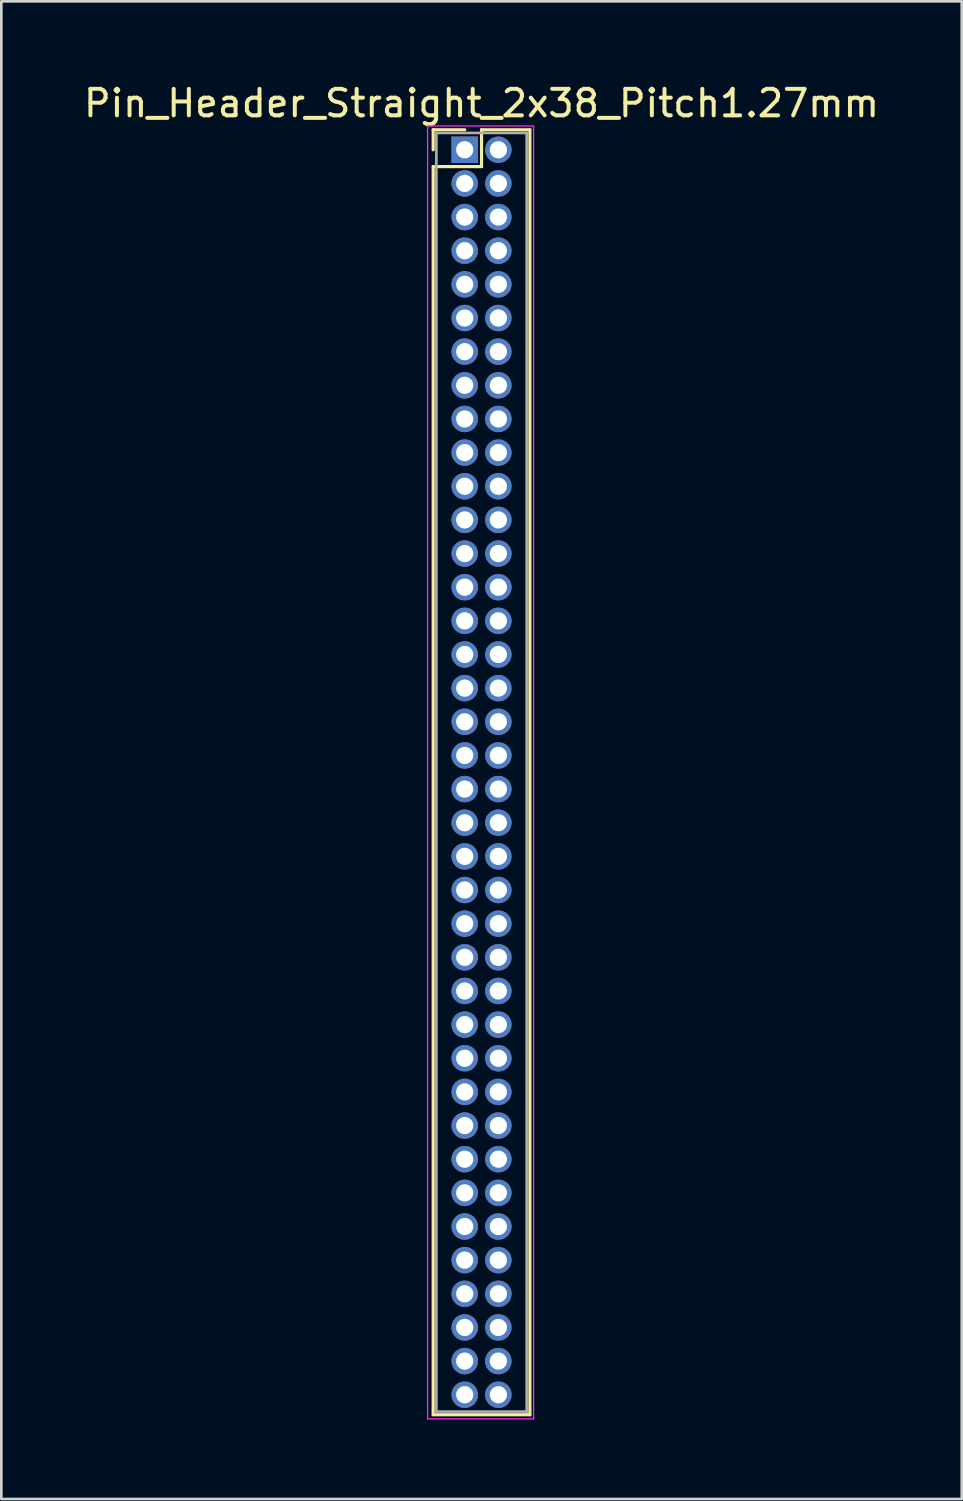
<source format=kicad_pcb>
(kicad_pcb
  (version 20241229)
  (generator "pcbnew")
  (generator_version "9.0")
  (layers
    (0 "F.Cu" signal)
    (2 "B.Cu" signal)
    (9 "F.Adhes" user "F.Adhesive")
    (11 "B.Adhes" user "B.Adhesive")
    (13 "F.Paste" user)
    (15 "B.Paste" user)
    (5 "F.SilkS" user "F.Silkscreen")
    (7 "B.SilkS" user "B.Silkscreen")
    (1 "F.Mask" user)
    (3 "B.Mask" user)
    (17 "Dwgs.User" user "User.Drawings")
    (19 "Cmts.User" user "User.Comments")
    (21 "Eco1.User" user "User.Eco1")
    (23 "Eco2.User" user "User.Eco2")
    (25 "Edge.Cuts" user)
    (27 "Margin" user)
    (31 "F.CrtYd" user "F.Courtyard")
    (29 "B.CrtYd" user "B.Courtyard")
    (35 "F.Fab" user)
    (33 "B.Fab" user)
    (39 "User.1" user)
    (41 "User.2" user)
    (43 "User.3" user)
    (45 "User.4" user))
  (footprint "Pin_Header_Straight_2x38_Pitch1.27mm"
    (layer "F.Cu")
    (at 14.49 2.603)
    (property "Reference" "Pin_Header_Straight_2x38_Pitch1.27mm" (at 0.635 -1.755 0) (layer "F.SilkS") (effects (font (size 1 1) (thickness 0.15))))
    (attr through_hole)
    (fp_line (start -1.19 -0.755) (end 0 -0.755) (stroke (width 0.12) (type solid)) (layer "F.SilkS"))
    (fp_line (start -1.19 0) (end -1.19 -0.755) (stroke (width 0.12) (type solid)) (layer "F.SilkS"))
    (fp_line (start -1.19 0.635) (end -1.19 47.745) (stroke (width 0.12) (type solid)) (layer "F.SilkS"))
    (fp_line (start -1.19 47.745) (end 2.46 47.745) (stroke (width 0.12) (type solid)) (layer "F.SilkS"))
    (fp_line (start 0.635 -0.755) (end 0.635 0.635) (stroke (width 0.12) (type solid)) (layer "F.SilkS"))
    (fp_line (start 0.635 0.635) (end -1.19 0.635) (stroke (width 0.12) (type solid)) (layer "F.SilkS"))
    (fp_line (start 2.46 -0.755) (end 0.635 -0.755) (stroke (width 0.12) (type solid)) (layer "F.SilkS"))
    (fp_line (start 2.46 47.745) (end 2.46 -0.755) (stroke (width 0.12) (type solid)) (layer "F.SilkS"))
    (fp_line (start -1.4 -0.9) (end -1.4 47.9) (stroke (width 0.05) (type solid)) (layer "F.CrtYd"))
    (fp_line (start -1.4 47.9) (end 2.6 47.9) (stroke (width 0.05) (type solid)) (layer "F.CrtYd"))
    (fp_line (start 2.6 -0.9) (end -1.4 -0.9) (stroke (width 0.05) (type solid)) (layer "F.CrtYd"))
    (fp_line (start 2.6 47.9) (end 2.6 -0.9) (stroke (width 0.05) (type solid)) (layer "F.CrtYd"))
    (fp_line (start -1.07 -0.635) (end -1.07 47.625) (stroke (width 0.1) (type solid)) (layer "F.Fab"))
    (fp_line (start -1.07 47.625) (end 2.34 47.625) (stroke (width 0.1) (type solid)) (layer "F.Fab"))
    (fp_line (start 2.34 -0.635) (end -1.07 -0.635) (stroke (width 0.1) (type solid)) (layer "F.Fab"))
    (fp_line (start 2.34 47.625) (end 2.34 -0.635) (stroke (width 0.1) (type solid)) (layer "F.Fab"))
    (pad "1" thru_hole rect (at 0 0) (size 1 1) (drill 0.65) (layers "*.Cu" "*.Mask"))
    (pad "2" thru_hole oval (at 1.27 0) (size 1 1) (drill 0.65) (layers "*.Cu" "*.Mask"))
    (pad "3" thru_hole oval (at 0 1.27) (size 1 1) (drill 0.65) (layers "*.Cu" "*.Mask"))
    (pad "4" thru_hole oval (at 1.27 1.27) (size 1 1) (drill 0.65) (layers "*.Cu" "*.Mask"))
    (pad "5" thru_hole oval (at 0 2.54) (size 1 1) (drill 0.65) (layers "*.Cu" "*.Mask"))
    (pad "6" thru_hole oval (at 1.27 2.54) (size 1 1) (drill 0.65) (layers "*.Cu" "*.Mask"))
    (pad "7" thru_hole oval (at 0 3.81) (size 1 1) (drill 0.65) (layers "*.Cu" "*.Mask"))
    (pad "8" thru_hole oval (at 1.27 3.81) (size 1 1) (drill 0.65) (layers "*.Cu" "*.Mask"))
    (pad "9" thru_hole oval (at 0 5.08) (size 1 1) (drill 0.65) (layers "*.Cu" "*.Mask"))
    (pad "10" thru_hole oval (at 1.27 5.08) (size 1 1) (drill 0.65) (layers "*.Cu" "*.Mask"))
    (pad "11" thru_hole oval (at 0 6.35) (size 1 1) (drill 0.65) (layers "*.Cu" "*.Mask"))
    (pad "12" thru_hole oval (at 1.27 6.35) (size 1 1) (drill 0.65) (layers "*.Cu" "*.Mask"))
    (pad "13" thru_hole oval (at 0 7.62) (size 1 1) (drill 0.65) (layers "*.Cu" "*.Mask"))
    (pad "14" thru_hole oval (at 1.27 7.62) (size 1 1) (drill 0.65) (layers "*.Cu" "*.Mask"))
    (pad "15" thru_hole oval (at 0 8.89) (size 1 1) (drill 0.65) (layers "*.Cu" "*.Mask"))
    (pad "16" thru_hole oval (at 1.27 8.89) (size 1 1) (drill 0.65) (layers "*.Cu" "*.Mask"))
    (pad "17" thru_hole oval (at 0 10.16) (size 1 1) (drill 0.65) (layers "*.Cu" "*.Mask"))
    (pad "18" thru_hole oval (at 1.27 10.16) (size 1 1) (drill 0.65) (layers "*.Cu" "*.Mask"))
    (pad "19" thru_hole oval (at 0 11.43) (size 1 1) (drill 0.65) (layers "*.Cu" "*.Mask"))
    (pad "20" thru_hole oval (at 1.27 11.43) (size 1 1) (drill 0.65) (layers "*.Cu" "*.Mask"))
    (pad "21" thru_hole oval (at 0 12.7) (size 1 1) (drill 0.65) (layers "*.Cu" "*.Mask"))
    (pad "22" thru_hole oval (at 1.27 12.7) (size 1 1) (drill 0.65) (layers "*.Cu" "*.Mask"))
    (pad "23" thru_hole oval (at 0 13.97) (size 1 1) (drill 0.65) (layers "*.Cu" "*.Mask"))
    (pad "24" thru_hole oval (at 1.27 13.97) (size 1 1) (drill 0.65) (layers "*.Cu" "*.Mask"))
    (pad "25" thru_hole oval (at 0 15.24) (size 1 1) (drill 0.65) (layers "*.Cu" "*.Mask"))
    (pad "26" thru_hole oval (at 1.27 15.24) (size 1 1) (drill 0.65) (layers "*.Cu" "*.Mask"))
    (pad "27" thru_hole oval (at 0 16.51) (size 1 1) (drill 0.65) (layers "*.Cu" "*.Mask"))
    (pad "28" thru_hole oval (at 1.27 16.51) (size 1 1) (drill 0.65) (layers "*.Cu" "*.Mask"))
    (pad "29" thru_hole oval (at 0 17.78) (size 1 1) (drill 0.65) (layers "*.Cu" "*.Mask"))
    (pad "30" thru_hole oval (at 1.27 17.78) (size 1 1) (drill 0.65) (layers "*.Cu" "*.Mask"))
    (pad "31" thru_hole oval (at 0 19.05) (size 1 1) (drill 0.65) (layers "*.Cu" "*.Mask"))
    (pad "32" thru_hole oval (at 1.27 19.05) (size 1 1) (drill 0.65) (layers "*.Cu" "*.Mask"))
    (pad "33" thru_hole oval (at 0 20.32) (size 1 1) (drill 0.65) (layers "*.Cu" "*.Mask"))
    (pad "34" thru_hole oval (at 1.27 20.32) (size 1 1) (drill 0.65) (layers "*.Cu" "*.Mask"))
    (pad "35" thru_hole oval (at 0 21.59) (size 1 1) (drill 0.65) (layers "*.Cu" "*.Mask"))
    (pad "36" thru_hole oval (at 1.27 21.59) (size 1 1) (drill 0.65) (layers "*.Cu" "*.Mask"))
    (pad "37" thru_hole oval (at 0 22.86) (size 1 1) (drill 0.65) (layers "*.Cu" "*.Mask"))
    (pad "38" thru_hole oval (at 1.27 22.86) (size 1 1) (drill 0.65) (layers "*.Cu" "*.Mask"))
    (pad "39" thru_hole oval (at 0 24.13) (size 1 1) (drill 0.65) (layers "*.Cu" "*.Mask"))
    (pad "40" thru_hole oval (at 1.27 24.13) (size 1 1) (drill 0.65) (layers "*.Cu" "*.Mask"))
    (pad "41" thru_hole oval (at 0 25.4) (size 1 1) (drill 0.65) (layers "*.Cu" "*.Mask"))
    (pad "42" thru_hole oval (at 1.27 25.4) (size 1 1) (drill 0.65) (layers "*.Cu" "*.Mask"))
    (pad "43" thru_hole oval (at 0 26.67) (size 1 1) (drill 0.65) (layers "*.Cu" "*.Mask"))
    (pad "44" thru_hole oval (at 1.27 26.67) (size 1 1) (drill 0.65) (layers "*.Cu" "*.Mask"))
    (pad "45" thru_hole oval (at 0 27.94) (size 1 1) (drill 0.65) (layers "*.Cu" "*.Mask"))
    (pad "46" thru_hole oval (at 1.27 27.94) (size 1 1) (drill 0.65) (layers "*.Cu" "*.Mask"))
    (pad "47" thru_hole oval (at 0 29.21) (size 1 1) (drill 0.65) (layers "*.Cu" "*.Mask"))
    (pad "48" thru_hole oval (at 1.27 29.21) (size 1 1) (drill 0.65) (layers "*.Cu" "*.Mask"))
    (pad "49" thru_hole oval (at 0 30.48) (size 1 1) (drill 0.65) (layers "*.Cu" "*.Mask"))
    (pad "50" thru_hole oval (at 1.27 30.48) (size 1 1) (drill 0.65) (layers "*.Cu" "*.Mask"))
    (pad "51" thru_hole oval (at 0 31.75) (size 1 1) (drill 0.65) (layers "*.Cu" "*.Mask"))
    (pad "52" thru_hole oval (at 1.27 31.75) (size 1 1) (drill 0.65) (layers "*.Cu" "*.Mask"))
    (pad "53" thru_hole oval (at 0 33.02) (size 1 1) (drill 0.65) (layers "*.Cu" "*.Mask"))
    (pad "54" thru_hole oval (at 1.27 33.02) (size 1 1) (drill 0.65) (layers "*.Cu" "*.Mask"))
    (pad "55" thru_hole oval (at 0 34.29) (size 1 1) (drill 0.65) (layers "*.Cu" "*.Mask"))
    (pad "56" thru_hole oval (at 1.27 34.29) (size 1 1) (drill 0.65) (layers "*.Cu" "*.Mask"))
    (pad "57" thru_hole oval (at 0 35.56) (size 1 1) (drill 0.65) (layers "*.Cu" "*.Mask"))
    (pad "58" thru_hole oval (at 1.27 35.56) (size 1 1) (drill 0.65) (layers "*.Cu" "*.Mask"))
    (pad "59" thru_hole oval (at 0 36.83) (size 1 1) (drill 0.65) (layers "*.Cu" "*.Mask"))
    (pad "60" thru_hole oval (at 1.27 36.83) (size 1 1) (drill 0.65) (layers "*.Cu" "*.Mask"))
    (pad "61" thru_hole oval (at 0 38.1) (size 1 1) (drill 0.65) (layers "*.Cu" "*.Mask"))
    (pad "62" thru_hole oval (at 1.27 38.1) (size 1 1) (drill 0.65) (layers "*.Cu" "*.Mask"))
    (pad "63" thru_hole oval (at 0 39.37) (size 1 1) (drill 0.65) (layers "*.Cu" "*.Mask"))
    (pad "64" thru_hole oval (at 1.27 39.37) (size 1 1) (drill 0.65) (layers "*.Cu" "*.Mask"))
    (pad "65" thru_hole oval (at 0 40.64) (size 1 1) (drill 0.65) (layers "*.Cu" "*.Mask"))
    (pad "66" thru_hole oval (at 1.27 40.64) (size 1 1) (drill 0.65) (layers "*.Cu" "*.Mask"))
    (pad "67" thru_hole oval (at 0 41.91) (size 1 1) (drill 0.65) (layers "*.Cu" "*.Mask"))
    (pad "68" thru_hole oval (at 1.27 41.91) (size 1 1) (drill 0.65) (layers "*.Cu" "*.Mask"))
    (pad "69" thru_hole oval (at 0 43.18) (size 1 1) (drill 0.65) (layers "*.Cu" "*.Mask"))
    (pad "70" thru_hole oval (at 1.27 43.18) (size 1 1) (drill 0.65) (layers "*.Cu" "*.Mask"))
    (pad "71" thru_hole oval (at 0 44.45) (size 1 1) (drill 0.65) (layers "*.Cu" "*.Mask"))
    (pad "72" thru_hole oval (at 1.27 44.45) (size 1 1) (drill 0.65) (layers "*.Cu" "*.Mask"))
    (pad "73" thru_hole oval (at 0 45.72) (size 1 1) (drill 0.65) (layers "*.Cu" "*.Mask"))
    (pad "74" thru_hole oval (at 1.27 45.72) (size 1 1) (drill 0.65) (layers "*.Cu" "*.Mask"))
    (pad "75" thru_hole oval (at 0 46.99) (size 1 1) (drill 0.65) (layers "*.Cu" "*.Mask"))
    (pad "76" thru_hole oval (at 1.27 46.99) (size 1 1) (drill 0.65) (layers "*.Cu" "*.Mask")))
  (gr_rect
    (start -3 -3)
    (end 33.25 53.528)
    (stroke (width 0.1) (type default))
    (fill no)
    (layer "Edge.Cuts")))
</source>
